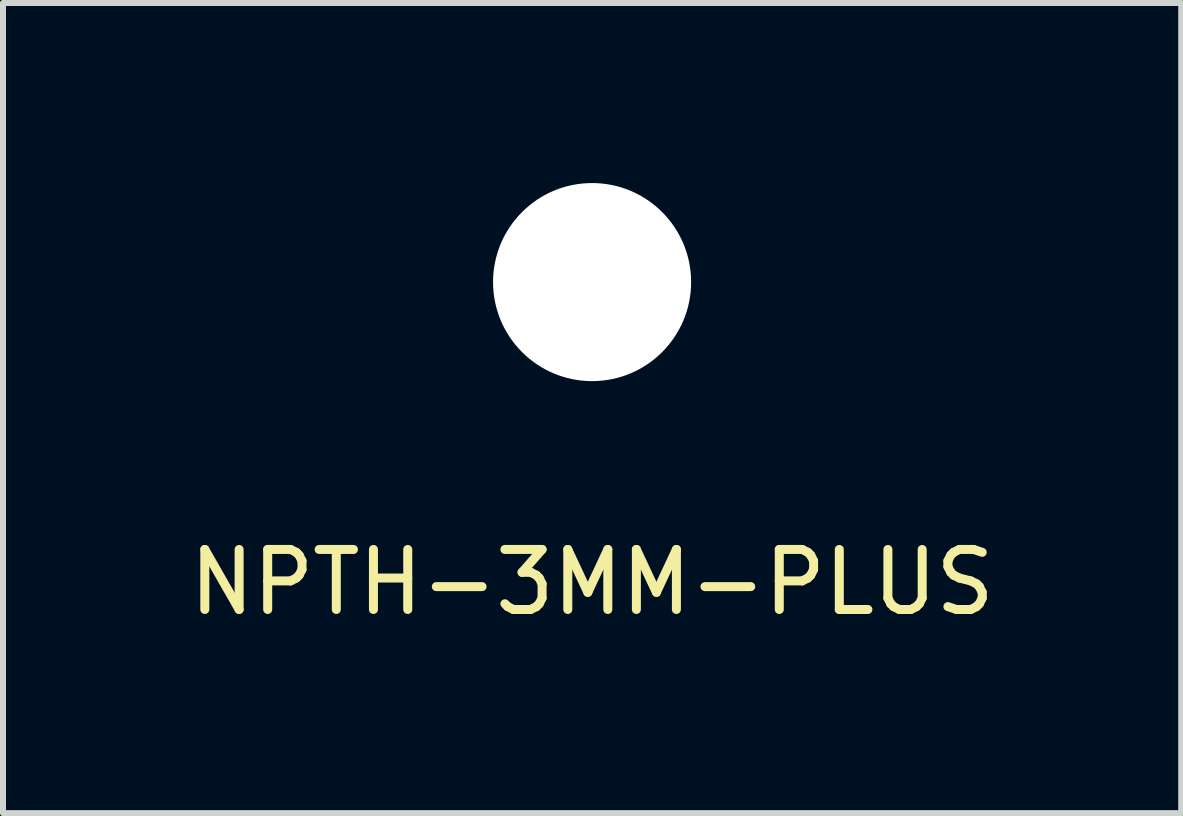
<source format=kicad_pcb>
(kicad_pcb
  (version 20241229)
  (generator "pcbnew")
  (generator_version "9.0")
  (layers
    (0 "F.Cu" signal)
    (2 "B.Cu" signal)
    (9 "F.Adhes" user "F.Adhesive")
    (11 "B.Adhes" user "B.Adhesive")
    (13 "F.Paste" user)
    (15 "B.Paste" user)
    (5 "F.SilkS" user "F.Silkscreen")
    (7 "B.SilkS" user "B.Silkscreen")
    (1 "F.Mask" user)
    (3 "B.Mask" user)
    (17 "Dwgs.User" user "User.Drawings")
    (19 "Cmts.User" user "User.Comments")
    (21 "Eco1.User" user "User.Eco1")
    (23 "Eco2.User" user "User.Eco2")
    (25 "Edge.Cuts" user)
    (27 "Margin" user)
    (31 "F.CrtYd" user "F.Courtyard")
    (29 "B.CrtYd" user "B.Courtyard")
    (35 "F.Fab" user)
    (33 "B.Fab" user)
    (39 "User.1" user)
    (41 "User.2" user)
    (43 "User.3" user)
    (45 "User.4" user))
  (footprint "NPTH-3MM-PLUS"
    (layer "F.Cu")
    (at 6.815 1.65)
    (property "Reference" "NPTH-3MM-PLUS" (at 0 5 0) (layer "F.SilkS") (effects (font (size 1 1) (thickness 0.15))))
    (attr through_hole)
    (pad "" np_thru_hole circle (at 0 0) (size 3.3 3.3) (drill 3.3) (layers "*.Cu" "*.Mask")))
  (gr_rect
    (start -3 -3)
    (end 16.631 10.498)
    (stroke (width 0.1) (type default))
    (fill no)
    (layer "Edge.Cuts")))
</source>
